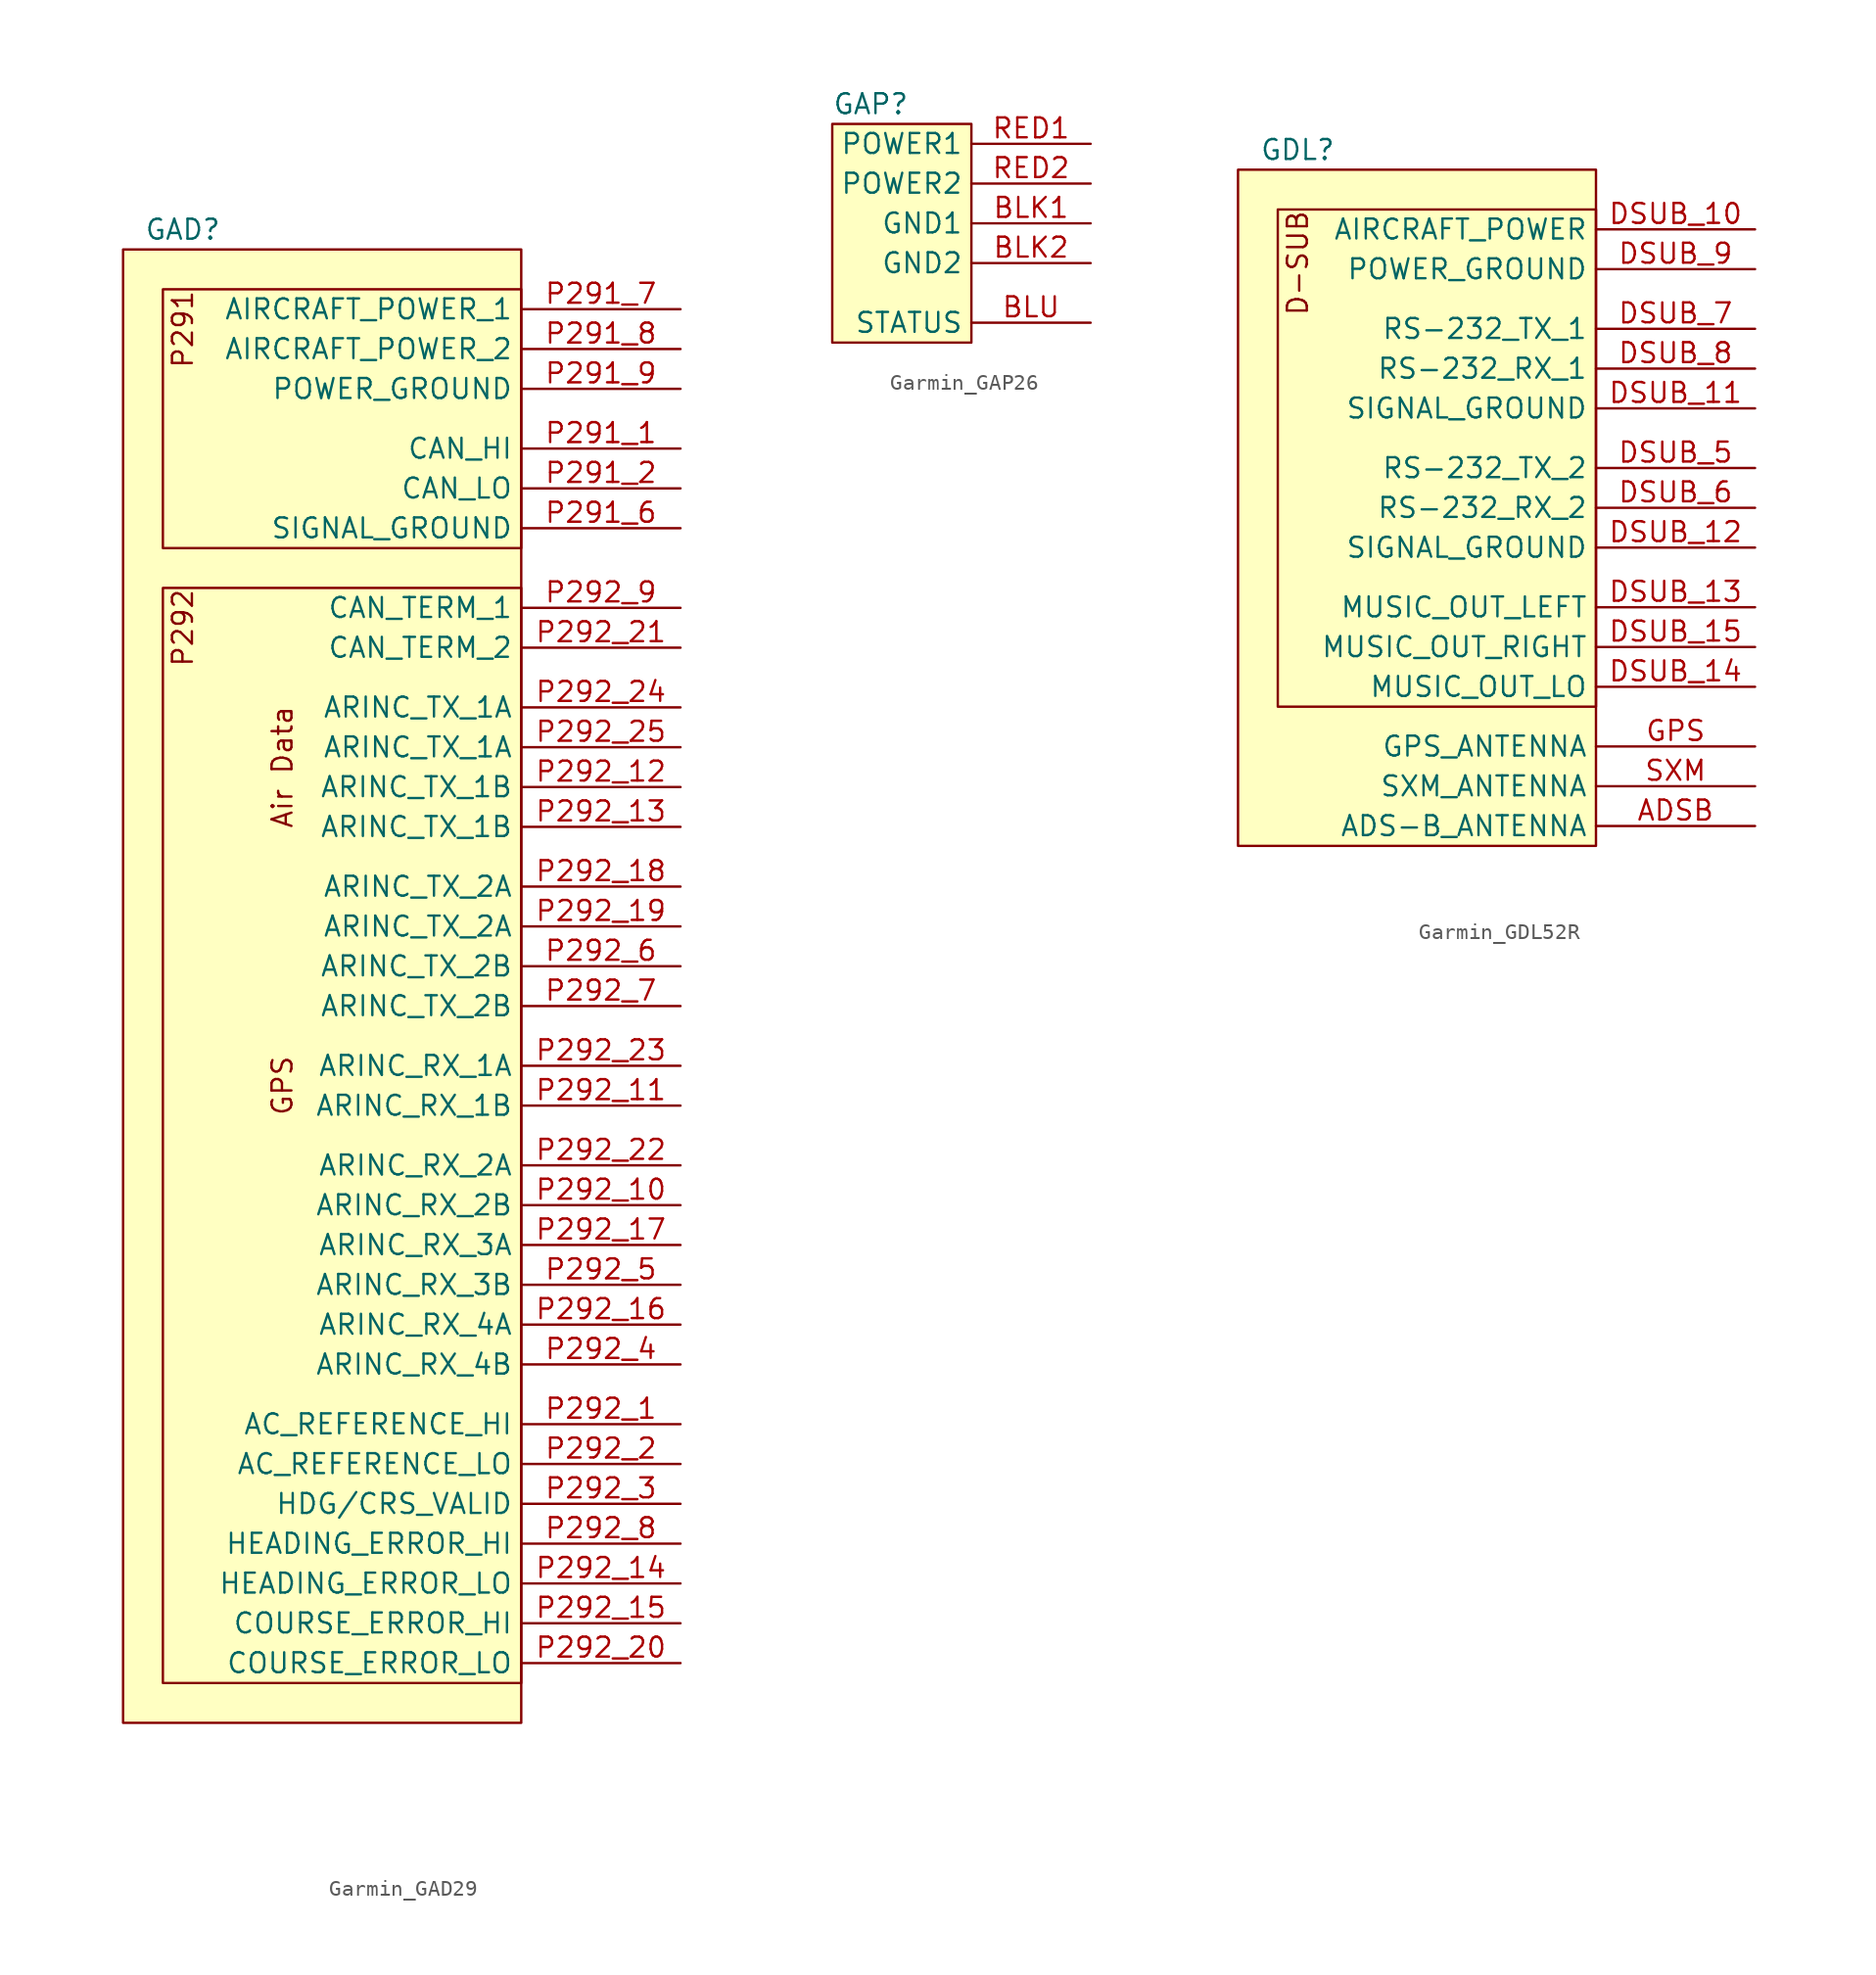
<source format=kicad_sym>
(kicad_symbol_lib
  (version 20241209)
  (generator "kicad_symbol_editor")
  (generator_version "9.0")
  (symbol "Garmin_GAD29"
    (property "Reference" "GAD"
      (at 3.81 1.27 0)
      (effects (font (size 1.27 1.27))))
    (property "Value" ""
      (at 0 0 0)
      (effects (font (size 1.27 1.27))))
    (symbol "Garmin_GAD29_1_1"
      (rectangle (start 0 0) (end 25.4 -93.98) (stroke (width 0) (type default)) (fill (type background)))
      (rectangle (start 2.54 -2.54) (end 25.4 -19.05) (stroke (width 0) (type default)) (fill (type background)))
      (rectangle (start 2.54 -21.59) (end 25.4 -91.44) (stroke (width 0) (type default)) (fill (type background)))
      (text "P291" (at 3.81 -2.54 900) (effects (font (size 1.27 1.27)) (justify right)))
      (text "P292" (at 3.81 -21.59 900) (effects (font (size 1.27 1.27)) (justify right)))
      (text "Air Data" (at 10.16 -33.02 900) (effects (font (size 1.27 1.27))))
      (text "GPS" (at 10.16 -53.34 900) (effects (font (size 1.27 1.27))))
      (pin power_in line (at 35.56 -3.81 180) (length 10.16) (name "AIRCRAFT_POWER_1" (effects (font (size 1.27 1.27)))) (number "P291_7" (effects (font (size 1.27 1.27)))))
      (pin power_in line (at 35.56 -6.35 180) (length 10.16) (name "AIRCRAFT_POWER_2" (effects (font (size 1.27 1.27)))) (number "P291_8" (effects (font (size 1.27 1.27)))))
      (pin passive line (at 35.56 -8.89 180) (length 10.16) (name "POWER_GROUND" (effects (font (size 1.27 1.27)))) (number "P291_9" (effects (font (size 1.27 1.27)))))
      (pin bidirectional line (at 35.56 -12.7 180) (length 10.16) (name "CAN_HI" (effects (font (size 1.27 1.27)))) (number "P291_1" (effects (font (size 1.27 1.27)))))
      (pin bidirectional line (at 35.56 -15.24 180) (length 10.16) (name "CAN_LO" (effects (font (size 1.27 1.27)))) (number "P291_2" (effects (font (size 1.27 1.27)))))
      (pin passive line (at 35.56 -17.78 180) (length 10.16) (name "SIGNAL_GROUND" (effects (font (size 1.27 1.27)))) (number "P291_6" (effects (font (size 1.27 1.27)))))
      (pin bidirectional line (at 35.56 -22.86 180) (length 10.16) (name "CAN_TERM_1" (effects (font (size 1.27 1.27)))) (number "P292_9" (effects (font (size 1.27 1.27)))))
      (pin bidirectional line (at 35.56 -25.4 180) (length 10.16) (name "CAN_TERM_2" (effects (font (size 1.27 1.27)))) (number "P292_21" (effects (font (size 1.27 1.27)))))
      (pin output line (at 35.56 -29.21 180) (length 10.16) (name "ARINC_TX_1A" (effects (font (size 1.27 1.27)))) (number "P292_24" (effects (font (size 1.27 1.27)))))
      (pin output line (at 35.56 -31.75 180) (length 10.16) (name "ARINC_TX_1A" (effects (font (size 1.27 1.27)))) (number "P292_25" (effects (font (size 1.27 1.27)))))
      (pin output line (at 35.56 -34.29 180) (length 10.16) (name "ARINC_TX_1B" (effects (font (size 1.27 1.27)))) (number "P292_12" (effects (font (size 1.27 1.27)))))
      (pin output line (at 35.56 -36.83 180) (length 10.16) (name "ARINC_TX_1B" (effects (font (size 1.27 1.27)))) (number "P292_13" (effects (font (size 1.27 1.27)))))
      (pin output line (at 35.56 -40.64 180) (length 10.16) (name "ARINC_TX_2A" (effects (font (size 1.27 1.27)))) (number "P292_18" (effects (font (size 1.27 1.27)))))
      (pin output line (at 35.56 -43.18 180) (length 10.16) (name "ARINC_TX_2A" (effects (font (size 1.27 1.27)))) (number "P292_19" (effects (font (size 1.27 1.27)))))
      (pin output line (at 35.56 -45.72 180) (length 10.16) (name "ARINC_TX_2B" (effects (font (size 1.27 1.27)))) (number "P292_6" (effects (font (size 1.27 1.27)))))
      (pin output line (at 35.56 -48.26 180) (length 10.16) (name "ARINC_TX_2B" (effects (font (size 1.27 1.27)))) (number "P292_7" (effects (font (size 1.27 1.27)))))
      (pin input line (at 35.56 -52.07 180) (length 10.16) (name "ARINC_RX_1A" (effects (font (size 1.27 1.27)))) (number "P292_23" (effects (font (size 1.27 1.27)))))
      (pin input line (at 35.56 -54.61 180) (length 10.16) (name "ARINC_RX_1B" (effects (font (size 1.27 1.27)))) (number "P292_11" (effects (font (size 1.27 1.27)))))
      (pin input line (at 35.56 -58.42 180) (length 10.16) (name "ARINC_RX_2A" (effects (font (size 1.27 1.27)))) (number "P292_22" (effects (font (size 1.27 1.27)))))
      (pin input line (at 35.56 -60.96 180) (length 10.16) (name "ARINC_RX_2B" (effects (font (size 1.27 1.27)))) (number "P292_10" (effects (font (size 1.27 1.27)))))
      (pin input line (at 35.56 -63.5 180) (length 10.16) (name "ARINC_RX_3A" (effects (font (size 1.27 1.27)))) (number "P292_17" (effects (font (size 1.27 1.27)))))
      (pin input line (at 35.56 -66.04 180) (length 10.16) (name "ARINC_RX_3B" (effects (font (size 1.27 1.27)))) (number "P292_5" (effects (font (size 1.27 1.27)))))
      (pin input line (at 35.56 -68.58 180) (length 10.16) (name "ARINC_RX_4A" (effects (font (size 1.27 1.27)))) (number "P292_16" (effects (font (size 1.27 1.27)))))
      (pin input line (at 35.56 -71.12 180) (length 10.16) (name "ARINC_RX_4B" (effects (font (size 1.27 1.27)))) (number "P292_4" (effects (font (size 1.27 1.27)))))
      (pin input line (at 35.56 -74.93 180) (length 10.16) (name "AC_REFERENCE_HI" (effects (font (size 1.27 1.27)))) (number "P292_1" (effects (font (size 1.27 1.27)))))
      (pin passive line (at 35.56 -77.47 180) (length 10.16) (name "AC_REFERENCE_LO" (effects (font (size 1.27 1.27)))) (number "P292_2" (effects (font (size 1.27 1.27)))))
      (pin output line (at 35.56 -80.01 180) (length 10.16) (name "HDG/CRS_VALID" (effects (font (size 1.27 1.27)))) (number "P292_3" (effects (font (size 1.27 1.27)))))
      (pin output line (at 35.56 -82.55 180) (length 10.16) (name "HEADING_ERROR_HI" (effects (font (size 1.27 1.27)))) (number "P292_8" (effects (font (size 1.27 1.27)))))
      (pin passive line (at 35.56 -85.09 180) (length 10.16) (name "HEADING_ERROR_LO" (effects (font (size 1.27 1.27)))) (number "P292_14" (effects (font (size 1.27 1.27)))))
      (pin output line (at 35.56 -87.63 180) (length 10.16) (name "COURSE_ERROR_HI" (effects (font (size 1.27 1.27)))) (number "P292_15" (effects (font (size 1.27 1.27)))))
      (pin passive line (at 35.56 -90.17 180) (length 10.16) (name "COURSE_ERROR_LO" (effects (font (size 1.27 1.27)))) (number "P292_20" (effects (font (size 1.27 1.27)))))))
  (symbol "Garmin_GAP26"
    (property "Reference" "GAP"
      (at 0 1.27 0)
      (effects (font (size 1.27 1.27)) (justify left)))
    (property "Value" ""
      (at 5.08 0 0)
      (effects (font (size 1.27 1.27))))
    (symbol "Garmin_GAP26_1_1"
      (rectangle (start 0 0) (end 8.89 -13.97) (stroke (width 0) (type default)) (fill (type background)))
      (pin power_in line (at 16.51 -1.27 180) (length 7.62) (name "POWER1" (effects (font (size 1.27 1.27)))) (number "RED1" (effects (font (size 1.27 1.27)))))
      (pin power_in line (at 16.51 -3.81 180) (length 7.62) (name "POWER2" (effects (font (size 1.27 1.27)))) (number "RED2" (effects (font (size 1.27 1.27)))))
      (pin passive line (at 16.51 -6.35 180) (length 7.62) (name "GND1" (effects (font (size 1.27 1.27)))) (number "BLK1" (effects (font (size 1.27 1.27)))))
      (pin passive line (at 16.51 -8.89 180) (length 7.62) (name "GND2" (effects (font (size 1.27 1.27)))) (number "BLK2" (effects (font (size 1.27 1.27)))))
      (pin output line (at 16.51 -12.7 180) (length 7.62) (name "STATUS" (effects (font (size 1.27 1.27)))) (number "BLU" (effects (font (size 1.27 1.27)))))))
  (symbol "Garmin_GDL52R"
    (property "Reference" "GDL"
      (at 3.81 1.27 0)
      (effects (font (size 1.27 1.27))))
    (property "Value" ""
      (at 2.54 -1.27 0)
      (effects (font (size 1.27 1.27))))
    (symbol "Garmin_GDL52R_1_1"
      (rectangle (start 0 0) (end 22.86 -43.18) (stroke (width 0) (type default)) (fill (type background)))
      (rectangle (start 2.54 -2.54) (end 22.86 -34.29) (stroke (width 0) (type default)) (fill (type background)))
      (text "D-SUB" (at 3.81 -2.54 900) (effects (font (size 1.27 1.27)) (justify right)))
      (pin input line (at 33.02 -3.81 180) (length 10.16) (name "AIRCRAFT_POWER" (effects (font (size 1.27 1.27)))) (number "DSUB_10" (effects (font (size 1.27 1.27)))))
      (pin passive line (at 33.02 -6.35 180) (length 10.16) (name "POWER_GROUND" (effects (font (size 1.27 1.27)))) (number "DSUB_9" (effects (font (size 1.27 1.27)))))
      (pin output line (at 33.02 -10.16 180) (length 10.16) (name "RS-232_TX_1" (effects (font (size 1.27 1.27)))) (number "DSUB_7" (effects (font (size 1.27 1.27)))))
      (pin input line (at 33.02 -12.7 180) (length 10.16) (name "RS-232_RX_1" (effects (font (size 1.27 1.27)))) (number "DSUB_8" (effects (font (size 1.27 1.27)))))
      (pin passive line (at 33.02 -15.24 180) (length 10.16) (name "SIGNAL_GROUND" (effects (font (size 1.27 1.27)))) (number "DSUB_11" (effects (font (size 1.27 1.27)))))
      (pin output line (at 33.02 -19.05 180) (length 10.16) (name "RS-232_TX_2" (effects (font (size 1.27 1.27)))) (number "DSUB_5" (effects (font (size 1.27 1.27)))))
      (pin input line (at 33.02 -21.59 180) (length 10.16) (name "RS-232_RX_2" (effects (font (size 1.27 1.27)))) (number "DSUB_6" (effects (font (size 1.27 1.27)))))
      (pin passive line (at 33.02 -24.13 180) (length 10.16) (name "SIGNAL_GROUND" (effects (font (size 1.27 1.27)))) (number "DSUB_12" (effects (font (size 1.27 1.27)))))
      (pin output line (at 33.02 -27.94 180) (length 10.16) (name "MUSIC_OUT_LEFT" (effects (font (size 1.27 1.27)))) (number "DSUB_13" (effects (font (size 1.27 1.27)))))
      (pin output line (at 33.02 -30.48 180) (length 10.16) (name "MUSIC_OUT_RIGHT" (effects (font (size 1.27 1.27)))) (number "DSUB_15" (effects (font (size 1.27 1.27)))))
      (pin passive line (at 33.02 -33.02 180) (length 10.16) (name "MUSIC_OUT_LO" (effects (font (size 1.27 1.27)))) (number "DSUB_14" (effects (font (size 1.27 1.27)))))
      (pin input line (at 33.02 -36.83 180) (length 10.16) (name "GPS_ANTENNA" (effects (font (size 1.27 1.27)))) (number "GPS" (effects (font (size 1.27 1.27)))))
      (pin input line (at 33.02 -39.37 180) (length 10.16) (name "SXM_ANTENNA" (effects (font (size 1.27 1.27)))) (number "SXM" (effects (font (size 1.27 1.27)))))
      (pin input line (at 33.02 -41.91 180) (length 10.16) (name "ADS-B_ANTENNA" (effects (font (size 1.27 1.27)))) (number "ADSB" (effects (font (size 1.27 1.27))))))))
</source>
